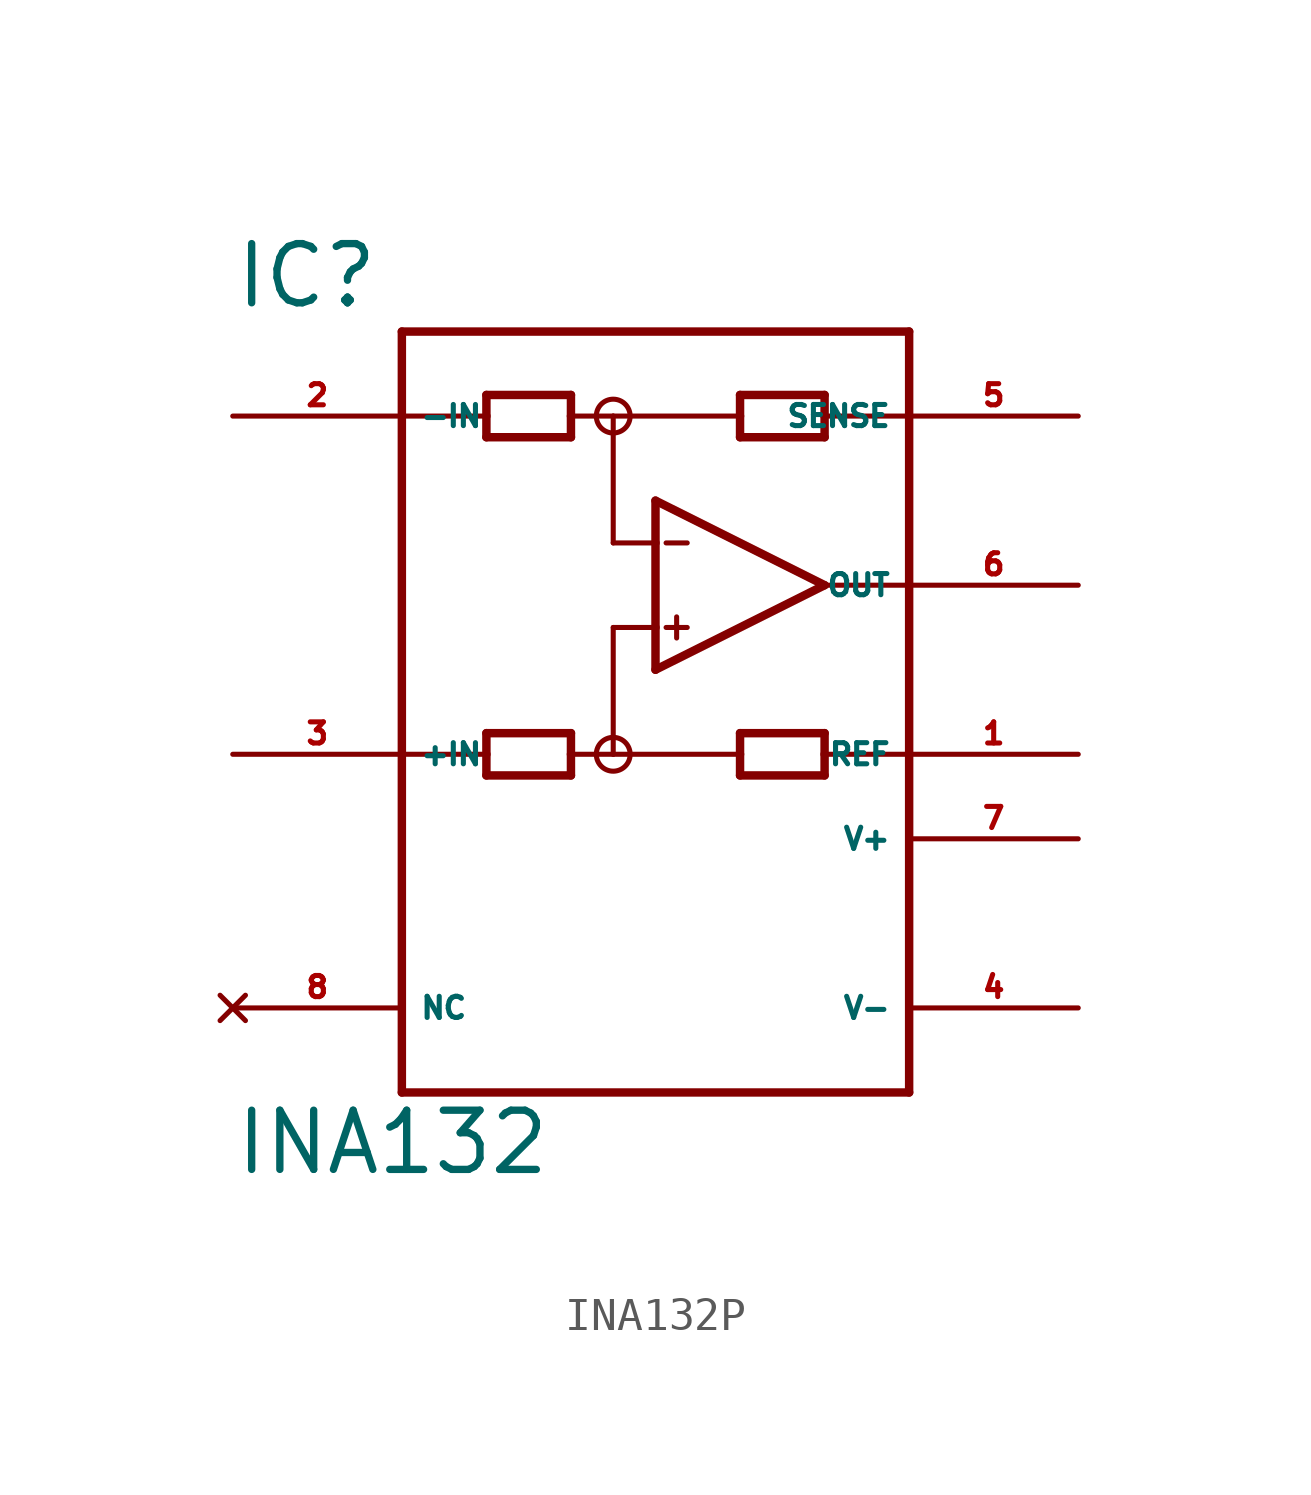
<source format=kicad_sym>
(kicad_symbol_lib
  (version 20220914)
  (generator Eagle2Kicad)
  (symbol "INA132P"
    (property "Reference" "IC"
      (at -12.7 13.335 0)
      (effects (font (size 1.778 1.778) (thickness 0.22)) (justify left bottom)))
    (property "Value" "INA132"
      (at -12.7 -12.7 0)
      (effects (font (size 1.778 1.778) (thickness 0.22)) (justify left bottom)))
    (polyline
      (pts (xy 0 2.54) (xy 0 3.81))
      (stroke (width 0.254) (type default))
      (fill (type none)))
    (polyline
      (pts (xy 0 3.81) (xy 0 6.35))
      (stroke (width 0.254) (type default))
      (fill (type none)))
    (polyline
      (pts (xy 0 6.35) (xy 0 7.62))
      (stroke (width 0.254) (type default))
      (fill (type none)))
    (polyline
      (pts (xy 0 7.62) (xy 5.08 5.08))
      (stroke (width 0.254) (type default))
      (fill (type none)))
    (polyline
      (pts (xy 5.08 5.08) (xy 0 2.54))
      (stroke (width 0.254) (type default))
      (fill (type none)))
    (polyline
      (pts (xy -2.54 9.525) (xy -2.54 10.16))
      (stroke (width 0.254) (type default))
      (fill (type none)))
    (polyline
      (pts (xy -2.54 10.16) (xy -2.54 10.795))
      (stroke (width 0.254) (type default))
      (fill (type none)))
    (polyline
      (pts (xy -2.54 10.795) (xy -5.08 10.795))
      (stroke (width 0.254) (type default))
      (fill (type none)))
    (polyline
      (pts (xy -5.08 10.795) (xy -5.08 10.16))
      (stroke (width 0.254) (type default))
      (fill (type none)))
    (polyline
      (pts (xy -5.08 10.16) (xy -5.08 9.525))
      (stroke (width 0.254) (type default))
      (fill (type none)))
    (polyline
      (pts (xy -5.08 9.525) (xy -2.54 9.525))
      (stroke (width 0.254) (type default))
      (fill (type none)))
    (polyline
      (pts (xy 2.54 9.525) (xy 2.54 10.16))
      (stroke (width 0.254) (type default))
      (fill (type none)))
    (polyline
      (pts (xy 2.54 10.16) (xy 2.54 10.795))
      (stroke (width 0.254) (type default))
      (fill (type none)))
    (polyline
      (pts (xy 2.54 10.795) (xy 5.08 10.795))
      (stroke (width 0.254) (type default))
      (fill (type none)))
    (polyline
      (pts (xy 5.08 10.795) (xy 5.08 10.16))
      (stroke (width 0.254) (type default))
      (fill (type none)))
    (polyline
      (pts (xy 5.08 10.16) (xy 5.08 9.525))
      (stroke (width 0.254) (type default))
      (fill (type none)))
    (polyline
      (pts (xy 5.08 9.525) (xy 2.54 9.525))
      (stroke (width 0.254) (type default))
      (fill (type none)))
    (polyline
      (pts (xy 0 6.35) (xy -1.27 6.35))
      (stroke (width 0.152) (type default))
      (fill (type none)))
    (polyline
      (pts (xy -2.54 0.635) (xy -2.54 0))
      (stroke (width 0.254) (type default))
      (fill (type none)))
    (polyline
      (pts (xy -2.54 0) (xy -2.54 -0.635))
      (stroke (width 0.254) (type default))
      (fill (type none)))
    (polyline
      (pts (xy -2.54 -0.635) (xy -5.08 -0.635))
      (stroke (width 0.254) (type default))
      (fill (type none)))
    (polyline
      (pts (xy -5.08 -0.635) (xy -5.08 0))
      (stroke (width 0.254) (type default))
      (fill (type none)))
    (polyline
      (pts (xy -5.08 0) (xy -5.08 0.635))
      (stroke (width 0.254) (type default))
      (fill (type none)))
    (polyline
      (pts (xy -5.08 0.635) (xy -2.54 0.635))
      (stroke (width 0.254) (type default))
      (fill (type none)))
    (polyline
      (pts (xy 2.54 0.635) (xy 2.54 0))
      (stroke (width 0.254) (type default))
      (fill (type none)))
    (polyline
      (pts (xy 2.54 0) (xy 2.54 -0.635))
      (stroke (width 0.254) (type default))
      (fill (type none)))
    (polyline
      (pts (xy 2.54 -0.635) (xy 5.08 -0.635))
      (stroke (width 0.254) (type default))
      (fill (type none)))
    (polyline
      (pts (xy 5.08 -0.635) (xy 5.08 0))
      (stroke (width 0.254) (type default))
      (fill (type none)))
    (polyline
      (pts (xy 5.08 0) (xy 5.08 0.635))
      (stroke (width 0.254) (type default))
      (fill (type none)))
    (polyline
      (pts (xy 5.08 0.635) (xy 2.54 0.635))
      (stroke (width 0.254) (type default))
      (fill (type none)))
    (polyline
      (pts (xy -1.27 6.35) (xy -1.27 10.16))
      (stroke (width 0.152) (type default))
      (fill (type none)))
    (polyline
      (pts (xy -1.27 10.16) (xy -2.54 10.16))
      (stroke (width 0.152) (type default))
      (fill (type none)))
    (polyline
      (pts (xy -1.27 10.16) (xy 2.54 10.16))
      (stroke (width 0.152) (type default))
      (fill (type none)))
    (polyline
      (pts (xy 0 3.81) (xy -1.27 3.81))
      (stroke (width 0.152) (type default))
      (fill (type none)))
    (polyline
      (pts (xy -1.27 3.81) (xy -1.27 0))
      (stroke (width 0.152) (type default))
      (fill (type none)))
    (polyline
      (pts (xy -1.27 0) (xy -2.54 0))
      (stroke (width 0.152) (type default))
      (fill (type none)))
    (polyline
      (pts (xy -1.27 0) (xy 2.54 0))
      (stroke (width 0.152) (type default))
      (fill (type none)))
    (polyline
      (pts (xy 0.318 6.35) (xy 0.953 6.35))
      (stroke (width 0.152) (type default))
      (fill (type none)))
    (polyline
      (pts (xy 0.318 3.81) (xy 0.953 3.81))
      (stroke (width 0.152) (type default))
      (fill (type none)))
    (polyline
      (pts (xy 0.635 4.128) (xy 0.635 3.493))
      (stroke (width 0.152) (type default))
      (fill (type none)))
    (polyline
      (pts (xy -7.62 10.16) (xy -5.08 10.16))
      (stroke (width 0.152) (type default))
      (fill (type none)))
    (polyline
      (pts (xy 7.62 10.16) (xy 5.08 10.16))
      (stroke (width 0.152) (type default))
      (fill (type none)))
    (polyline
      (pts (xy 5.08 5.08) (xy 7.62 5.08))
      (stroke (width 0.152) (type default))
      (fill (type none)))
    (polyline
      (pts (xy 7.62 0) (xy 5.08 0))
      (stroke (width 0.152) (type default))
      (fill (type none)))
    (polyline
      (pts (xy -7.62 0) (xy -5.08 0))
      (stroke (width 0.152) (type default))
      (fill (type none)))
    (polyline
      (pts (xy -7.62 -10.16) (xy 7.62 -10.16))
      (stroke (width 0.254) (type default))
      (fill (type none)))
    (polyline
      (pts (xy 7.62 -10.16) (xy 7.62 12.7))
      (stroke (width 0.254) (type default))
      (fill (type none)))
    (polyline
      (pts (xy 7.62 12.7) (xy -7.62 12.7))
      (stroke (width 0.254) (type default))
      (fill (type none)))
    (polyline
      (pts (xy -7.62 12.7) (xy -7.62 -10.16))
      (stroke (width 0.254) (type default))
      (fill (type none)))
    (circle
      (center -1.27 0)
      (radius 0.508)
      (stroke (width 0) (type default))
      (fill (type none)))
    (circle
      (center -1.27 10.16)
      (radius 0.508)
      (stroke (width 0) (type default))
      (fill (type none)))
    (pin input line
      (at -12.7 10.16 0)
      (length 5.08)
      (name "-IN" (effects (font (size 0.635 0.635) (thickness 0.08)) (justify left bottom)))
      (number "2" (effects (font (size 0.635 0.635) (thickness 0.08)) (justify left bottom))))
    (pin input line
      (at -12.7 0 0)
      (length 5.08)
      (name "+IN" (effects (font (size 0.635 0.635) (thickness 0.08)) (justify left bottom)))
      (number "3" (effects (font (size 0.635 0.635) (thickness 0.08)) (justify left bottom))))
    (pin output line
      (at 12.7 5.08 180)
      (length 5.08)
      (name "OUT" (effects (font (size 0.635 0.635) (thickness 0.08)) (justify left bottom)))
      (number "6" (effects (font (size 0.635 0.635) (thickness 0.08)) (justify left bottom))))
    (pin unspecified line
      (at 12.7 -2.54 180)
      (length 5.08)
      (name "V+" (effects (font (size 0.635 0.635) (thickness 0.08)) (justify left bottom)))
      (number "7" (effects (font (size 0.635 0.635) (thickness 0.08)) (justify left bottom))))
    (pin unspecified line
      (at 12.7 -7.62 180)
      (length 5.08)
      (name "V-" (effects (font (size 0.635 0.635) (thickness 0.08)) (justify left bottom)))
      (number "4" (effects (font (size 0.635 0.635) (thickness 0.08)) (justify left bottom))))
    (pin passive line
      (at 12.7 10.16 180)
      (length 5.08)
      (name "SENSE" (effects (font (size 0.635 0.635) (thickness 0.08)) (justify left bottom)))
      (number "5" (effects (font (size 0.635 0.635) (thickness 0.08)) (justify left bottom))))
    (pin passive line
      (at 12.7 0 180)
      (length 5.08)
      (name "REF" (effects (font (size 0.635 0.635) (thickness 0.08)) (justify left bottom)))
      (number "1" (effects (font (size 0.635 0.635) (thickness 0.08)) (justify left bottom))))
    (pin no_connect line
      (at -12.7 -7.62 0)
      (length 5.08)
      (name "NC" (effects (font (size 0.635 0.635) (thickness 0.08)) (justify left bottom) hide))
      (number "8" (effects (font (size 0.635 0.635) (thickness 0.08)) (justify left bottom) hide)))))
</source>
